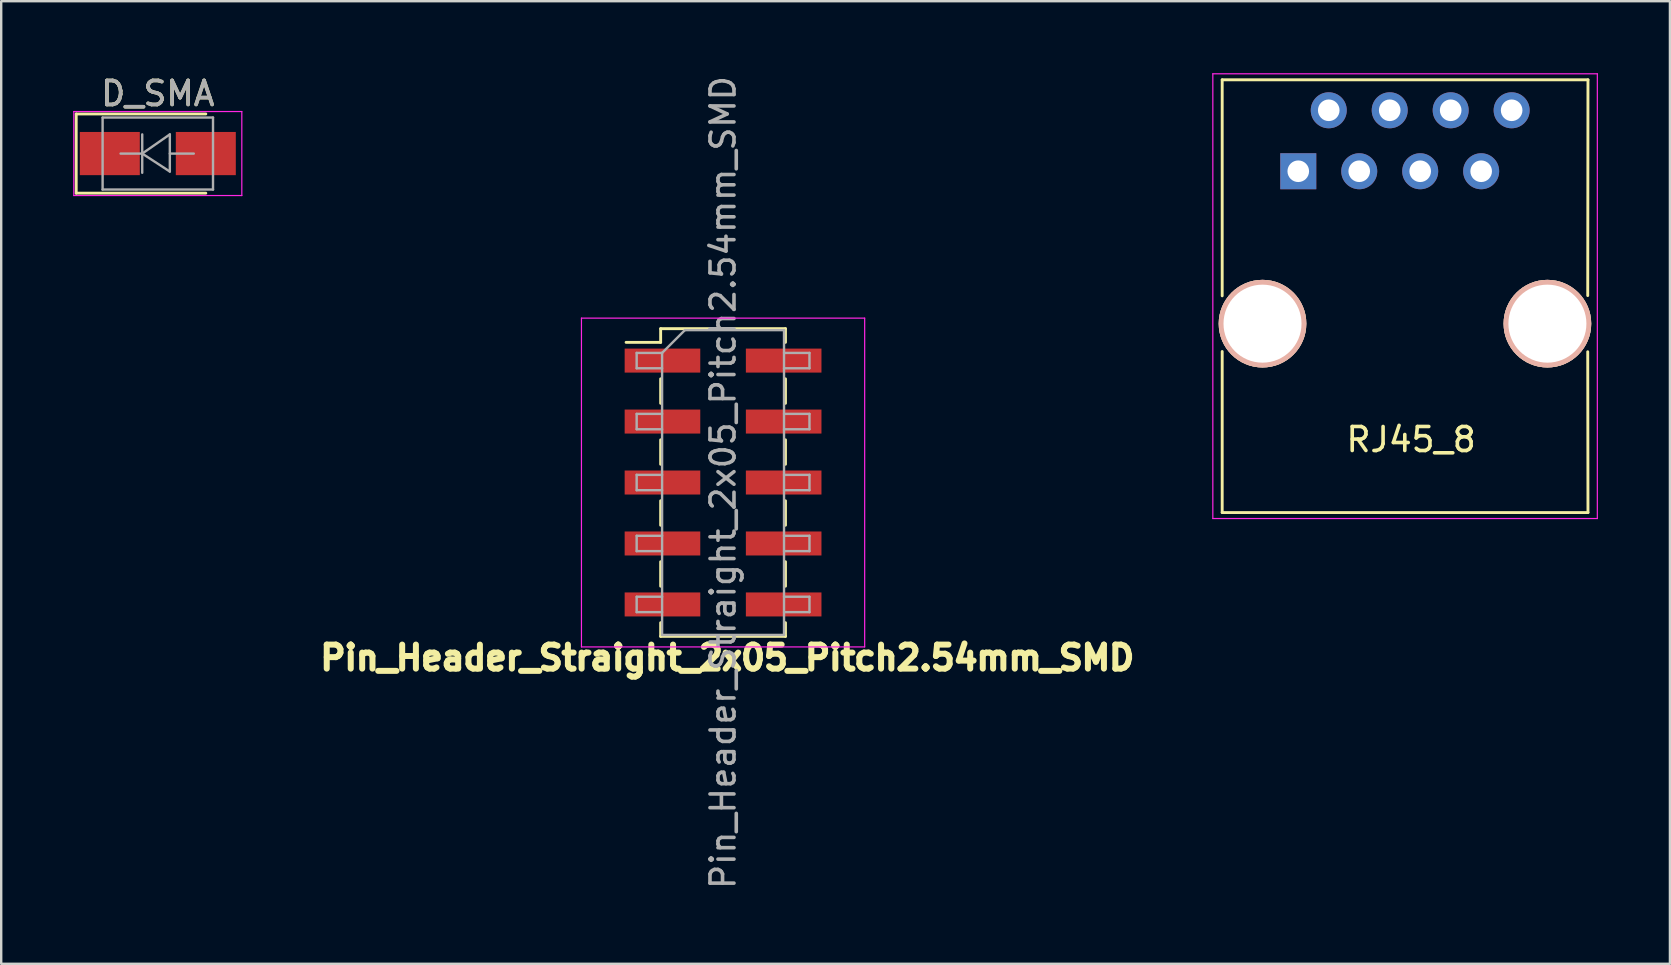
<source format=kicad_pcb>
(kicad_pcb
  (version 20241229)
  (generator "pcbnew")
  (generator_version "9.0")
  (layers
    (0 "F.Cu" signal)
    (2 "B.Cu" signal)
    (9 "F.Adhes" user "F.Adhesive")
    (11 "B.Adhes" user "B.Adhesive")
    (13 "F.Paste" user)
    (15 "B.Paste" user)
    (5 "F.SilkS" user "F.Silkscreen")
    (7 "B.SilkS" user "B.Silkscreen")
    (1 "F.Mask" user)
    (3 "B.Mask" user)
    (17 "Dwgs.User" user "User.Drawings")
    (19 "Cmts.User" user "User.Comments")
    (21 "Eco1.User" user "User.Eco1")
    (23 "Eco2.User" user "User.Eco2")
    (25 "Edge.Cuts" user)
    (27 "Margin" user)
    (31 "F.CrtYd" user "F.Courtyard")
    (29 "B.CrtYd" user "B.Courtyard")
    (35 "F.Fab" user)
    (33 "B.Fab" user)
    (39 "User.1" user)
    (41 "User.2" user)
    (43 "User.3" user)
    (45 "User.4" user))
  (footprint "Pin_Header_Straight_2x05_Pitch2.54mm_SMD"
    (layer "F.Cu")
    (at 27.076 17.054)
    (property "Reference" "Pin_Header_Straight_2x05_Pitch2.54mm_SMD" (at 0.178 7.303 0) (layer "F.SilkS") (effects (font (size 1 1) (thickness 0.25))))
    (attr smd)
    (fp_line (start -4.04 -5.84) (end -2.6 -5.84) (stroke (width 0.12) (type solid)) (layer "F.SilkS"))
    (fp_line (start -2.6 -6.41) (end -2.6 -5.84) (stroke (width 0.12) (type solid)) (layer "F.SilkS"))
    (fp_line (start -2.6 -6.41) (end 2.6 -6.41) (stroke (width 0.12) (type solid)) (layer "F.SilkS"))
    (fp_line (start -2.6 -4.32) (end -2.6 -3.3) (stroke (width 0.12) (type solid)) (layer "F.SilkS"))
    (fp_line (start -2.6 -1.78) (end -2.6 -0.76) (stroke (width 0.12) (type solid)) (layer "F.SilkS"))
    (fp_line (start -2.6 0.76) (end -2.6 1.78) (stroke (width 0.12) (type solid)) (layer "F.SilkS"))
    (fp_line (start -2.6 3.3) (end -2.6 4.32) (stroke (width 0.12) (type solid)) (layer "F.SilkS"))
    (fp_line (start -2.6 5.84) (end -2.6 6.41) (stroke (width 0.12) (type solid)) (layer "F.SilkS"))
    (fp_line (start -2.6 6.41) (end 2.6 6.41) (stroke (width 0.12) (type solid)) (layer "F.SilkS"))
    (fp_line (start 2.6 -6.41) (end 2.6 -5.84) (stroke (width 0.12) (type solid)) (layer "F.SilkS"))
    (fp_line (start 2.6 -4.32) (end 2.6 -3.3) (stroke (width 0.12) (type solid)) (layer "F.SilkS"))
    (fp_line (start 2.6 -1.78) (end 2.6 -0.76) (stroke (width 0.12) (type solid)) (layer "F.SilkS"))
    (fp_line (start 2.6 0.76) (end 2.6 1.78) (stroke (width 0.12) (type solid)) (layer "F.SilkS"))
    (fp_line (start 2.6 3.3) (end 2.6 4.32) (stroke (width 0.12) (type solid)) (layer "F.SilkS"))
    (fp_line (start 2.6 5.84) (end 2.6 6.41) (stroke (width 0.12) (type solid)) (layer "F.SilkS"))
    (fp_line (start -5.9 -6.85) (end -5.9 6.85) (stroke (width 0.05) (type solid)) (layer "F.CrtYd"))
    (fp_line (start -5.9 6.85) (end 5.9 6.85) (stroke (width 0.05) (type solid)) (layer "F.CrtYd"))
    (fp_line (start 5.9 -6.85) (end -5.9 -6.85) (stroke (width 0.05) (type solid)) (layer "F.CrtYd"))
    (fp_line (start 5.9 6.85) (end 5.9 -6.85) (stroke (width 0.05) (type solid)) (layer "F.CrtYd"))
    (fp_line (start -3.6 -5.4) (end -3.6 -4.76) (stroke (width 0.1) (type solid)) (layer "F.Fab"))
    (fp_line (start -3.6 -4.76) (end -2.54 -4.76) (stroke (width 0.1) (type solid)) (layer "F.Fab"))
    (fp_line (start -3.6 -2.86) (end -3.6 -2.22) (stroke (width 0.1) (type solid)) (layer "F.Fab"))
    (fp_line (start -3.6 -2.22) (end -2.54 -2.22) (stroke (width 0.1) (type solid)) (layer "F.Fab"))
    (fp_line (start -3.6 -0.32) (end -3.6 0.32) (stroke (width 0.1) (type solid)) (layer "F.Fab"))
    (fp_line (start -3.6 0.32) (end -2.54 0.32) (stroke (width 0.1) (type solid)) (layer "F.Fab"))
    (fp_line (start -3.6 2.22) (end -3.6 2.86) (stroke (width 0.1) (type solid)) (layer "F.Fab"))
    (fp_line (start -3.6 2.86) (end -2.54 2.86) (stroke (width 0.1) (type solid)) (layer "F.Fab"))
    (fp_line (start -3.6 4.76) (end -3.6 5.4) (stroke (width 0.1) (type solid)) (layer "F.Fab"))
    (fp_line (start -3.6 5.4) (end -2.54 5.4) (stroke (width 0.1) (type solid)) (layer "F.Fab"))
    (fp_line (start -2.54 -5.4) (end -3.6 -5.4) (stroke (width 0.1) (type solid)) (layer "F.Fab"))
    (fp_line (start -2.54 -5.4) (end -1.59 -6.35) (stroke (width 0.1) (type solid)) (layer "F.Fab"))
    (fp_line (start -2.54 -2.86) (end -3.6 -2.86) (stroke (width 0.1) (type solid)) (layer "F.Fab"))
    (fp_line (start -2.54 -0.32) (end -3.6 -0.32) (stroke (width 0.1) (type solid)) (layer "F.Fab"))
    (fp_line (start -2.54 2.22) (end -3.6 2.22) (stroke (width 0.1) (type solid)) (layer "F.Fab"))
    (fp_line (start -2.54 4.76) (end -3.6 4.76) (stroke (width 0.1) (type solid)) (layer "F.Fab"))
    (fp_line (start -2.54 6.35) (end -2.54 -5.4) (stroke (width 0.1) (type solid)) (layer "F.Fab"))
    (fp_line (start -1.59 -6.35) (end 2.54 -6.35) (stroke (width 0.1) (type solid)) (layer "F.Fab"))
    (fp_line (start 2.54 -6.35) (end 2.54 6.35) (stroke (width 0.1) (type solid)) (layer "F.Fab"))
    (fp_line (start 2.54 -5.4) (end 3.6 -5.4) (stroke (width 0.1) (type solid)) (layer "F.Fab"))
    (fp_line (start 2.54 -2.86) (end 3.6 -2.86) (stroke (width 0.1) (type solid)) (layer "F.Fab"))
    (fp_line (start 2.54 -0.32) (end 3.6 -0.32) (stroke (width 0.1) (type solid)) (layer "F.Fab"))
    (fp_line (start 2.54 2.22) (end 3.6 2.22) (stroke (width 0.1) (type solid)) (layer "F.Fab"))
    (fp_line (start 2.54 4.76) (end 3.6 4.76) (stroke (width 0.1) (type solid)) (layer "F.Fab"))
    (fp_line (start 2.54 6.35) (end -2.54 6.35) (stroke (width 0.1) (type solid)) (layer "F.Fab"))
    (fp_line (start 3.6 -5.4) (end 3.6 -4.76) (stroke (width 0.1) (type solid)) (layer "F.Fab"))
    (fp_line (start 3.6 -4.76) (end 2.54 -4.76) (stroke (width 0.1) (type solid)) (layer "F.Fab"))
    (fp_line (start 3.6 -2.86) (end 3.6 -2.22) (stroke (width 0.1) (type solid)) (layer "F.Fab"))
    (fp_line (start 3.6 -2.22) (end 2.54 -2.22) (stroke (width 0.1) (type solid)) (layer "F.Fab"))
    (fp_line (start 3.6 -0.32) (end 3.6 0.32) (stroke (width 0.1) (type solid)) (layer "F.Fab"))
    (fp_line (start 3.6 0.32) (end 2.54 0.32) (stroke (width 0.1) (type solid)) (layer "F.Fab"))
    (fp_line (start 3.6 2.22) (end 3.6 2.86) (stroke (width 0.1) (type solid)) (layer "F.Fab"))
    (fp_line (start 3.6 2.86) (end 2.54 2.86) (stroke (width 0.1) (type solid)) (layer "F.Fab"))
    (fp_line (start 3.6 4.76) (end 3.6 5.4) (stroke (width 0.1) (type solid)) (layer "F.Fab"))
    (fp_line (start 3.6 5.4) (end 2.54 5.4) (stroke (width 0.1) (type solid)) (layer "F.Fab"))
    (fp_text user "${REFERENCE}" (at 0 0 90) (layer "F.Fab") (effects (font (size 1 1) (thickness 0.15))))
    (pad "1" smd rect (at -2.525 -5.08) (size 3.15 1) (layers "F.Cu" "F.Mask" "F.Paste"))
    (pad "2" smd rect (at 2.525 -5.08) (size 3.15 1) (layers "F.Cu" "F.Mask" "F.Paste"))
    (pad "3" smd rect (at -2.525 -2.54) (size 3.15 1) (layers "F.Cu" "F.Mask" "F.Paste"))
    (pad "4" smd rect (at 2.525 -2.54) (size 3.15 1) (layers "F.Cu" "F.Mask" "F.Paste"))
    (pad "5" smd rect (at -2.525 0) (size 3.15 1) (layers "F.Cu" "F.Mask" "F.Paste"))
    (pad "6" smd rect (at 2.525 0) (size 3.15 1) (layers "F.Cu" "F.Mask" "F.Paste"))
    (pad "7" smd rect (at -2.525 2.54) (size 3.15 1) (layers "F.Cu" "F.Mask" "F.Paste"))
    (pad "8" smd rect (at 2.525 2.54) (size 3.15 1) (layers "F.Cu" "F.Mask" "F.Paste"))
    (pad "9" smd rect (at -2.525 5.08) (size 3.15 1) (layers "F.Cu" "F.Mask" "F.Paste"))
    (pad "10" smd rect (at 2.525 5.08) (size 3.15 1) (layers "F.Cu" "F.Mask" "F.Paste")))
  (footprint "RJ45_8"
    (layer "F.Cu")
    (at 51.042 4.085)
    (property "Reference" "RJ45_8" (at 4.7 11.18 180) (layer "F.SilkS") (effects (font (size 1 1) (thickness 0.15))))
    (attr through_hole)
    (fp_line (start -3.17 -3.81) (end -3.17 5.19) (stroke (width 0.12) (type solid)) (layer "F.SilkS"))
    (fp_line (start -3.17 7.51) (end -3.17 14.22) (stroke (width 0.12) (type solid)) (layer "F.SilkS"))
    (fp_line (start -3.17 14.22) (end 12.07 14.22) (stroke (width 0.12) (type solid)) (layer "F.SilkS"))
    (fp_line (start 12.06 7.52) (end 12.07 14.22) (stroke (width 0.12) (type solid)) (layer "F.SilkS"))
    (fp_line (start 12.07 -3.81) (end -3.17 -3.81) (stroke (width 0.12) (type solid)) (layer "F.SilkS"))
    (fp_line (start 12.07 -3.81) (end 12.06 5.18) (stroke (width 0.12) (type solid)) (layer "F.SilkS"))
    (fp_line (start -3.56 -4.06) (end -3.56 14.47) (stroke (width 0.05) (type solid)) (layer "F.CrtYd"))
    (fp_line (start -3.56 -4.06) (end 12.46 -4.06) (stroke (width 0.05) (type solid)) (layer "F.CrtYd"))
    (fp_line (start 12.46 14.47) (end -3.56 14.47) (stroke (width 0.05) (type solid)) (layer "F.CrtYd"))
    (fp_line (start 12.46 14.47) (end 12.46 -4.06) (stroke (width 0.05) (type solid)) (layer "F.CrtYd"))
    (pad "" np_thru_hole circle (at -1.49 6.35) (size 3.65 3.65) (drill 3.25) (layers "*.Cu" "*.SilkS" "*.Mask"))
    (pad "" np_thru_hole circle (at 10.38 6.35) (size 3.65 3.65) (drill 3.25) (layers "*.Cu" "*.SilkS" "*.Mask"))
    (pad "1" thru_hole rect (at 0 0) (size 1.5 1.5) (drill 0.9) (layers "*.Cu" "*.Mask"))
    (pad "2" thru_hole circle (at 1.27 -2.54) (size 1.5 1.5) (drill 0.9) (layers "*.Cu" "*.Mask"))
    (pad "3" thru_hole circle (at 2.54 0) (size 1.5 1.5) (drill 0.9) (layers "*.Cu" "*.Mask"))
    (pad "4" thru_hole circle (at 3.81 -2.54) (size 1.5 1.5) (drill 0.9) (layers "*.Cu" "*.Mask"))
    (pad "5" thru_hole circle (at 5.08 0) (size 1.5 1.5) (drill 0.9) (layers "*.Cu" "*.Mask"))
    (pad "6" thru_hole circle (at 6.35 -2.54) (size 1.5 1.5) (drill 0.9) (layers "*.Cu" "*.Mask"))
    (pad "7" thru_hole circle (at 7.62 0) (size 1.5 1.5) (drill 0.9) (layers "*.Cu" "*.Mask"))
    (pad "8" thru_hole circle (at 8.89 -2.54) (size 1.5 1.5) (drill 0.9) (layers "*.Cu" "*.Mask")))
  (footprint "D_SMA"
    (layer "F.Cu")
    (at 3.525 3.348)
    (property "Reference" "D_SMA" (at 0 -2.5 0) (layer "F.SilkS") (effects (font (size 1 1) (thickness 0.15))))
    (attr smd)
    (fp_line (start -3.4 -1.65) (end -3.4 1.65) (stroke (width 0.12) (type solid)) (layer "F.SilkS"))
    (fp_line (start -3.4 -1.65) (end 2 -1.65) (stroke (width 0.12) (type solid)) (layer "F.SilkS"))
    (fp_line (start -3.4 1.65) (end 2 1.65) (stroke (width 0.12) (type solid)) (layer "F.SilkS"))
    (fp_line (start -3.5 -1.75) (end 3.5 -1.75) (stroke (width 0.05) (type solid)) (layer "F.CrtYd"))
    (fp_line (start -3.5 1.75) (end -3.5 -1.75) (stroke (width 0.05) (type solid)) (layer "F.CrtYd"))
    (fp_line (start 3.5 -1.75) (end 3.5 1.75) (stroke (width 0.05) (type solid)) (layer "F.CrtYd"))
    (fp_line (start 3.5 1.75) (end -3.5 1.75) (stroke (width 0.05) (type solid)) (layer "F.CrtYd"))
    (fp_line (start -2.3 1.5) (end -2.3 -1.5) (stroke (width 0.1) (type solid)) (layer "F.Fab"))
    (fp_line (start -0.649 -0.799) (end -0.649 0.801) (stroke (width 0.1) (type solid)) (layer "F.Fab"))
    (fp_line (start -0.649 0.001) (end -1.551 0.001) (stroke (width 0.1) (type solid)) (layer "F.Fab"))
    (fp_line (start -0.649 0.001) (end 0.501 -0.799) (stroke (width 0.1) (type solid)) (layer "F.Fab"))
    (fp_line (start -0.649 0.001) (end 0.501 0.75) (stroke (width 0.1) (type solid)) (layer "F.Fab"))
    (fp_line (start 0.501 0.001) (end 1.499 0.001) (stroke (width 0.1) (type solid)) (layer "F.Fab"))
    (fp_line (start 0.501 0.75) (end 0.501 -0.799) (stroke (width 0.1) (type solid)) (layer "F.Fab"))
    (fp_line (start 2.3 -1.5) (end -2.3 -1.5) (stroke (width 0.1) (type solid)) (layer "F.Fab"))
    (fp_line (start 2.3 -1.5) (end 2.3 1.5) (stroke (width 0.1) (type solid)) (layer "F.Fab"))
    (fp_line (start 2.3 1.5) (end -2.3 1.5) (stroke (width 0.1) (type solid)) (layer "F.Fab"))
    (fp_text user "${REFERENCE}" (at 0 -2.5 0) (layer "F.Fab") (effects (font (size 1 1) (thickness 0.15))))
    (pad "1" smd rect (at -2 0) (size 2.5 1.8) (layers "F.Cu" "F.Mask" "F.Paste"))
    (pad "2" smd rect (at 2 0) (size 2.5 1.8) (layers "F.Cu" "F.Mask" "F.Paste")))
  (gr_rect
    (start -3 -3)
    (end 66.527 37.107)
    (stroke (width 0.1) (type default))
    (fill no)
    (layer "Edge.Cuts")))
</source>
